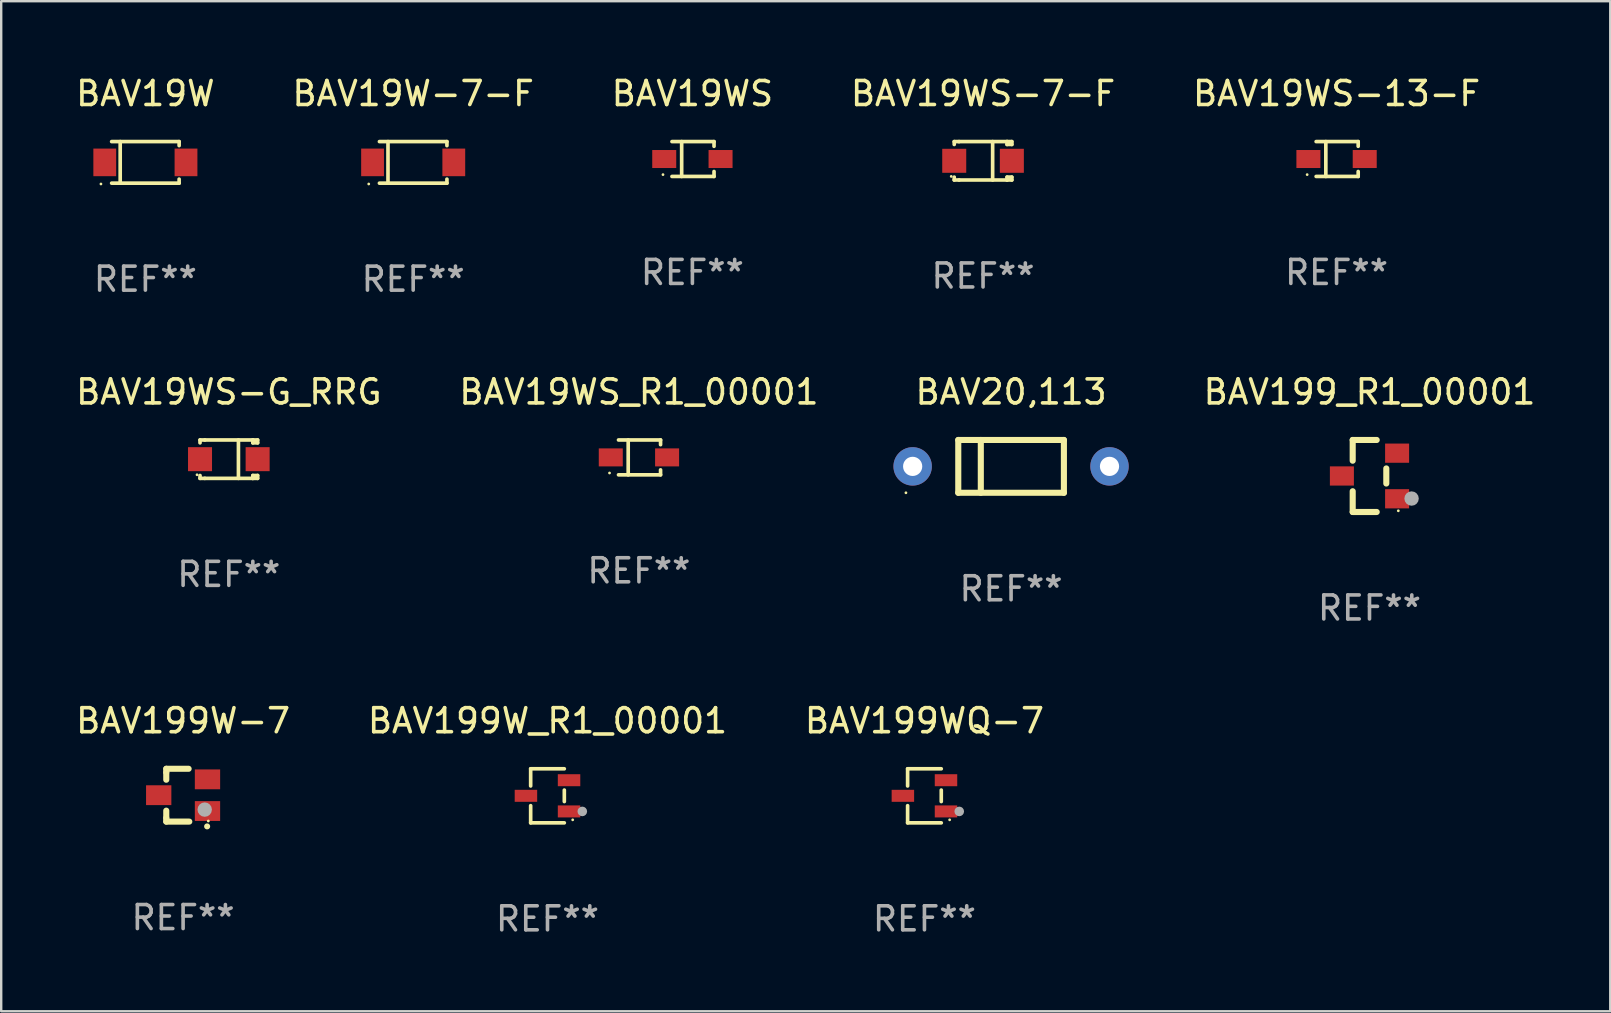
<source format=kicad_pcb>
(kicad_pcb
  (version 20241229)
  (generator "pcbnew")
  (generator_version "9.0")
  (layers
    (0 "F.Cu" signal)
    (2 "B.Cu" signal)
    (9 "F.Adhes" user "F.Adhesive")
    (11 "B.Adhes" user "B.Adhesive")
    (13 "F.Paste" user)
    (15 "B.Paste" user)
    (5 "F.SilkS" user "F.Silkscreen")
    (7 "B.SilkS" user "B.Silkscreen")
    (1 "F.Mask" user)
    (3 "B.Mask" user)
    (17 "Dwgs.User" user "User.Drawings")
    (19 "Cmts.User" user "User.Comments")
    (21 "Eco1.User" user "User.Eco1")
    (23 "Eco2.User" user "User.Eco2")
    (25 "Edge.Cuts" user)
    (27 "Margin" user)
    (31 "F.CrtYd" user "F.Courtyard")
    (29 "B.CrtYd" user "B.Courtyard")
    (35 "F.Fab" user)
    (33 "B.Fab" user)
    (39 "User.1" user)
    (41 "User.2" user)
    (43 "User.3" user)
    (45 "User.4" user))
  (footprint "BAV19W-7-F"
    (layer "F.Cu")
    (at 14.161 3.714)
    (property "Reference" "BAV19W-7-F" (at 0 -2.866 0) (layer "F.SilkS") (effects (font (size 1 1) (thickness 0.15))))
    (attr through_hole)
    (fp_line (start -1.406 -0.866) (end 1.406 -0.866) (stroke (width 0.152) (type solid)) (layer "F.SilkS"))
    (fp_line (start -1.406 0.866) (end 1.406 0.866) (stroke (width 0.152) (type solid)) (layer "F.SilkS"))
    (fp_line (start -1.049 -0.866) (end -1.049 0.866) (stroke (width 0.152) (type solid)) (layer "F.SilkS"))
    (fp_line (start 1.406 -0.866) (end 1.406 -0.698) (stroke (width 0.152) (type solid)) (layer "F.SilkS"))
    (fp_line (start 1.406 0.866) (end 1.406 0.698) (stroke (width 0.152) (type solid)) (layer "F.SilkS"))
    (fp_circle (center -1.851 0.9) (end -1.821 0.9) (stroke (width 0.06) (type solid)) (fill no) (layer "F.SilkS"))
    (fp_text user "REF**" (at 0 4.866 0) (layer "F.Fab") (effects (font (size 1 1) (thickness 0.15))))
    (pad "1" smd rect (at -1.692 0) (size 0.95 1.15) (layers "F.Cu" "F.Mask" "F.Paste"))
    (pad "2" smd rect (at 1.692 0) (size 0.95 1.15) (layers "F.Cu" "F.Mask" "F.Paste")))
  (footprint "BAV19WS_R1_00001"
    (layer "F.Cu")
    (at 23.565 16.003)
    (property "Reference" "BAV19WS_R1_00001" (at 0 -2.726 0) (layer "F.SilkS") (effects (font (size 1 1) (thickness 0.15))))
    (attr through_hole)
    (fp_line (start -0.851 -0.726) (end 0.901 -0.726) (stroke (width 0.152) (type solid)) (layer "F.SilkS"))
    (fp_line (start -0.851 0.726) (end 0.901 0.726) (stroke (width 0.152) (type solid)) (layer "F.SilkS"))
    (fp_line (start -0.447 -0.726) (end -0.447 0.726) (stroke (width 0.152) (type solid)) (layer "F.SilkS"))
    (fp_line (start 0.901 -0.726) (end 0.901 -0.53) (stroke (width 0.152) (type solid)) (layer "F.SilkS"))
    (fp_line (start 0.901 0.726) (end 0.901 0.52) (stroke (width 0.152) (type solid)) (layer "F.SilkS"))
    (fp_circle (center -1.225 0.65) (end -1.195 0.65) (stroke (width 0.06) (type solid)) (fill no) (layer "F.SilkS"))
    (fp_text user "REF**" (at 0 4.726 0) (layer "F.Fab") (effects (font (size 1 1) (thickness 0.15))))
    (pad "1" smd rect (at -1.173 0) (size 1 0.75) (layers "F.Cu" "F.Mask" "F.Paste"))
    (pad "2" smd rect (at 1.173 0) (size 1 0.75) (layers "F.Cu" "F.Mask" "F.Paste")))
  (footprint "BAV19W"
    (layer "F.Cu")
    (at 3.006 3.714)
    (property "Reference" "BAV19W" (at 0 -2.866 0) (layer "F.SilkS") (effects (font (size 1 1) (thickness 0.15))))
    (attr through_hole)
    (fp_line (start -1.406 -0.866) (end 1.406 -0.866) (stroke (width 0.152) (type solid)) (layer "F.SilkS"))
    (fp_line (start -1.406 0.866) (end 1.406 0.866) (stroke (width 0.152) (type solid)) (layer "F.SilkS"))
    (fp_line (start -1.049 -0.866) (end -1.049 0.866) (stroke (width 0.152) (type solid)) (layer "F.SilkS"))
    (fp_line (start 1.406 -0.866) (end 1.406 -0.698) (stroke (width 0.152) (type solid)) (layer "F.SilkS"))
    (fp_line (start 1.406 0.866) (end 1.406 0.698) (stroke (width 0.152) (type solid)) (layer "F.SilkS"))
    (fp_circle (center -1.851 0.9) (end -1.821 0.9) (stroke (width 0.06) (type solid)) (fill no) (layer "F.SilkS"))
    (fp_text user "REF**" (at 0 4.866 0) (layer "F.Fab") (effects (font (size 1 1) (thickness 0.15))))
    (pad "1" smd rect (at -1.692 0) (size 0.95 1.15) (layers "F.Cu" "F.Mask" "F.Paste"))
    (pad "2" smd rect (at 1.692 0) (size 0.95 1.15) (layers "F.Cu" "F.Mask" "F.Paste")))
  (footprint "BAV19WS-G_RRG"
    (layer "F.Cu")
    (at 6.482 16.077)
    (property "Reference" "BAV19WS-G_RRG" (at 0 -2.8 0) (layer "F.SilkS") (effects (font (size 1 1) (thickness 0.15))))
    (attr through_hole)
    (fp_line (start -1.2 -0.8) (end -1.2 -0.68) (stroke (width 0.152) (type solid)) (layer "F.SilkS"))
    (fp_line (start -1.2 0.68) (end -1.2 0.8) (stroke (width 0.152) (type solid)) (layer "F.SilkS"))
    (fp_line (start -1.2 0.8) (end -1 0.8) (stroke (width 0.152) (type solid)) (layer "F.SilkS"))
    (fp_line (start -1 -0.8) (end -1.2 -0.8) (stroke (width 0.152) (type solid)) (layer "F.SilkS"))
    (fp_line (start -1 -0.8) (end 1 -0.8) (stroke (width 0.152) (type solid)) (layer "F.SilkS"))
    (fp_line (start -1 0.8) (end 1 0.8) (stroke (width 0.152) (type solid)) (layer "F.SilkS"))
    (fp_line (start 0.4 -0.8) (end 0.4 0.8) (stroke (width 0.152) (type solid)) (layer "F.SilkS"))
    (fp_line (start 1 -0.8) (end 1 -0.68) (stroke (width 0.152) (type solid)) (layer "F.SilkS"))
    (fp_line (start 1 -0.8) (end 1.2 -0.8) (stroke (width 0.152) (type solid)) (layer "F.SilkS"))
    (fp_line (start 1 0.68) (end 1 0.8) (stroke (width 0.152) (type solid)) (layer "F.SilkS"))
    (fp_line (start 1 0.68) (end 1.2 0.68) (stroke (width 0.152) (type solid)) (layer "F.SilkS"))
    (fp_line (start 1.2 -0.8) (end 1.2 -0.68) (stroke (width 0.152) (type solid)) (layer "F.SilkS"))
    (fp_line (start 1.2 -0.68) (end 1 -0.68) (stroke (width 0.152) (type solid)) (layer "F.SilkS"))
    (fp_line (start 1.2 0.68) (end 1.2 0.8) (stroke (width 0.152) (type solid)) (layer "F.SilkS"))
    (fp_line (start 1.2 0.8) (end 1 0.8) (stroke (width 0.152) (type solid)) (layer "F.SilkS"))
    (fp_circle (center -1.325 0.65) (end -1.295 0.65) (stroke (width 0.06) (type solid)) (fill no) (layer "F.SilkS"))
    (fp_text user "REF**" (at 0 4.8 0) (layer "F.Fab") (effects (font (size 1 1) (thickness 0.15))))
    (pad "1" smd rect (at -1.2 0 180) (size 1 1) (layers "F.Cu" "F.Mask" "F.Paste"))
    (pad "2" smd rect (at 1.2 0 180) (size 1 1) (layers "F.Cu" "F.Mask" "F.Paste")))
  (footprint "BAV199W-7"
    (layer "F.Cu")
    (at 4.577 30.074)
    (property "Reference" "BAV199W-7" (at 0 -3.1 0) (layer "F.SilkS") (effects (font (size 1 1) (thickness 0.15))))
    (attr through_hole)
    (fp_line (start -0.701 -0.95) (end -0.701 -1.1) (stroke (width 0.254) (type solid)) (layer "F.SilkS"))
    (fp_line (start -0.701 -0.644) (end -0.701 -0.95) (stroke (width 0.254) (type solid)) (layer "F.SilkS"))
    (fp_line (start -0.701 0.95) (end -0.701 0.644) (stroke (width 0.254) (type solid)) (layer "F.SilkS"))
    (fp_line (start -0.701 0.95) (end -0.701 1.1) (stroke (width 0.254) (type solid)) (layer "F.SilkS"))
    (fp_line (start -0.7 -1.1) (end 0.23 -1.1) (stroke (width 0.254) (type solid)) (layer "F.SilkS"))
    (fp_line (start -0.7 1.1) (end 0.258 1.1) (stroke (width 0.254) (type solid)) (layer "F.SilkS"))
    (fp_arc (start 1 1.3) (mid 1.00127 1.299994) (end 1.00254 1.3) (stroke (width 0.24892) (type solid)) (layer "F.SilkS"))
    (fp_circle (center 1.05 1.075) (end 1.08 1.075) (stroke (width 0.06) (type solid)) (fill no) (layer "F.SilkS"))
    (fp_circle (center 0.9 0.6) (end 1.05 0.6) (stroke (width 0.3) (type solid)) (fill no) (layer "F.Fab"))
    (fp_text user "REF**" (at 0 5.1 0) (layer "F.Fab") (effects (font (size 1 1) (thickness 0.15))))
    (pad "1" smd rect (at 1.016 0.66) (size 1.054 0.826) (layers "F.Cu" "F.Mask" "F.Paste"))
    (pad "2" smd rect (at 1.016 -0.66) (size 1.054 0.826) (layers "F.Cu" "F.Mask" "F.Paste"))
    (pad "3" smd rect (at -1.016 0) (size 1.054 0.826) (layers "F.Cu" "F.Mask" "F.Paste")))
  (footprint "BAV19WS"
    (layer "F.Cu")
    (at 25.792 3.574)
    (property "Reference" "BAV19WS" (at 0 -2.726 0) (layer "F.SilkS") (effects (font (size 1 1) (thickness 0.15))))
    (attr through_hole)
    (fp_line (start -0.851 -0.726) (end 0.901 -0.726) (stroke (width 0.152) (type solid)) (layer "F.SilkS"))
    (fp_line (start -0.851 0.726) (end 0.901 0.726) (stroke (width 0.152) (type solid)) (layer "F.SilkS"))
    (fp_line (start -0.447 -0.726) (end -0.447 0.726) (stroke (width 0.152) (type solid)) (layer "F.SilkS"))
    (fp_line (start 0.901 -0.726) (end 0.901 -0.53) (stroke (width 0.152) (type solid)) (layer "F.SilkS"))
    (fp_line (start 0.901 0.726) (end 0.901 0.52) (stroke (width 0.152) (type solid)) (layer "F.SilkS"))
    (fp_circle (center -1.225 0.65) (end -1.195 0.65) (stroke (width 0.06) (type solid)) (fill no) (layer "F.SilkS"))
    (fp_text user "REF**" (at 0 4.726 0) (layer "F.Fab") (effects (font (size 1 1) (thickness 0.15))))
    (pad "1" smd rect (at -1.173 0) (size 1 0.75) (layers "F.Cu" "F.Mask" "F.Paste"))
    (pad "2" smd rect (at 1.173 0) (size 1 0.75) (layers "F.Cu" "F.Mask" "F.Paste")))
  (footprint "BAV199_R1_00001"
    (layer "F.Cu")
    (at 53.997 16.777)
    (property "Reference" "BAV199_R1_00001" (at 0 -3.5 0) (layer "F.SilkS") (effects (font (size 1 1) (thickness 0.15))))
    (attr through_hole)
    (fp_line (start -0.7 -1.5) (end 0.3 -1.5) (stroke (width 0.254) (type solid)) (layer "F.SilkS"))
    (fp_line (start -0.7 -0.636) (end -0.7 -1.5) (stroke (width 0.254) (type solid)) (layer "F.SilkS"))
    (fp_line (start -0.7 1.5) (end -0.7 0.636) (stroke (width 0.254) (type solid)) (layer "F.SilkS"))
    (fp_line (start -0.7 1.5) (end 0.3 1.5) (stroke (width 0.254) (type solid)) (layer "F.SilkS"))
    (fp_line (start 0.7 0.314) (end 0.7 -0.314) (stroke (width 0.254) (type solid)) (layer "F.SilkS"))
    (fp_circle (center 1.2 1.45) (end 1.23 1.45) (stroke (width 0.06) (type solid)) (fill no) (layer "F.SilkS"))
    (fp_circle (center 1.753 0.94) (end 1.903 0.94) (stroke (width 0.3) (type solid)) (fill no) (layer "F.Fab"))
    (fp_text user "REF**" (at 0 5.5 0) (layer "F.Fab") (effects (font (size 1 1) (thickness 0.15))))
    (pad "1" smd rect (at 1.15 0.95 180) (size 1 0.8) (layers "F.Cu" "F.Mask" "F.Paste"))
    (pad "2" smd rect (at 1.15 -0.95 180) (size 1 0.8) (layers "F.Cu" "F.Mask" "F.Paste"))
    (pad "3" smd rect (at -1.15 -0.000051 180) (size 1 0.8) (layers "F.Cu" "F.Mask" "F.Paste")))
  (footprint "BAV199WQ-7"
    (layer "F.Cu")
    (at 35.458 30.1)
    (property "Reference" "BAV199WQ-7" (at 0 -3.126 0) (layer "F.SilkS") (effects (font (size 1 1) (thickness 0.15))))
    (attr through_hole)
    (fp_line (start -0.701 -1.126) (end -0.701 -0.411) (stroke (width 0.152) (type solid)) (layer "F.SilkS"))
    (fp_line (start -0.701 1.126) (end -0.701 0.411) (stroke (width 0.152) (type solid)) (layer "F.SilkS"))
    (fp_line (start 0.701 -1.126) (end -0.701 -1.126) (stroke (width 0.152) (type solid)) (layer "F.SilkS"))
    (fp_line (start 0.701 -0.239) (end 0.701 0.239) (stroke (width 0.152) (type solid)) (layer "F.SilkS"))
    (fp_line (start 0.701 1.126) (end -0.701 1.126) (stroke (width 0.152) (type solid)) (layer "F.SilkS"))
    (fp_circle (center 1.05 1) (end 1.08 1) (stroke (width 0.06) (type solid)) (fill no) (layer "F.SilkS"))
    (fp_circle (center 1.45 0.65) (end 1.55 0.65) (stroke (width 0.2) (type solid)) (fill no) (layer "F.Fab"))
    (fp_text user "REF**" (at 0 5.126 0) (layer "F.Fab") (effects (font (size 1 1) (thickness 0.15))))
    (pad "1" smd rect (at 0.898 0.65) (size 0.936 0.5) (layers "F.Cu" "F.Mask" "F.Paste"))
    (pad "2" smd rect (at 0.898 -0.65) (size 0.936 0.5) (layers "F.Cu" "F.Mask" "F.Paste"))
    (pad "3" smd rect (at -0.898 0) (size 0.936 0.5) (layers "F.Cu" "F.Mask" "F.Paste")))
  (footprint "BAV199W_R1_00001"
    (layer "F.Cu")
    (at 19.756 30.1)
    (property "Reference" "BAV199W_R1_00001" (at 0 -3.126 0) (layer "F.SilkS") (effects (font (size 1 1) (thickness 0.15))))
    (attr through_hole)
    (fp_line (start -0.701 -1.126) (end -0.701 -0.411) (stroke (width 0.152) (type solid)) (layer "F.SilkS"))
    (fp_line (start -0.701 1.126) (end -0.701 0.411) (stroke (width 0.152) (type solid)) (layer "F.SilkS"))
    (fp_line (start 0.701 -1.126) (end -0.701 -1.126) (stroke (width 0.152) (type solid)) (layer "F.SilkS"))
    (fp_line (start 0.701 -0.239) (end 0.701 0.239) (stroke (width 0.152) (type solid)) (layer "F.SilkS"))
    (fp_line (start 0.701 1.126) (end -0.701 1.126) (stroke (width 0.152) (type solid)) (layer "F.SilkS"))
    (fp_circle (center 1.05 1) (end 1.08 1) (stroke (width 0.06) (type solid)) (fill no) (layer "F.SilkS"))
    (fp_circle (center 1.45 0.65) (end 1.55 0.65) (stroke (width 0.2) (type solid)) (fill no) (layer "F.Fab"))
    (fp_text user "REF**" (at 0 5.126 0) (layer "F.Fab") (effects (font (size 1 1) (thickness 0.15))))
    (pad "1" smd rect (at 0.898 0.65) (size 0.936 0.5) (layers "F.Cu" "F.Mask" "F.Paste"))
    (pad "2" smd rect (at 0.898 -0.65) (size 0.936 0.5) (layers "F.Cu" "F.Mask" "F.Paste"))
    (pad "3" smd rect (at -0.898 0) (size 0.936 0.5) (layers "F.Cu" "F.Mask" "F.Paste")))
  (footprint "BAV19WS-7-F"
    (layer "F.Cu")
    (at 37.899 3.648)
    (property "Reference" "BAV19WS-7-F" (at 0 -2.8 0) (layer "F.SilkS") (effects (font (size 1 1) (thickness 0.15))))
    (attr through_hole)
    (fp_line (start -1.2 -0.8) (end -1.2 -0.68) (stroke (width 0.152) (type solid)) (layer "F.SilkS"))
    (fp_line (start -1.2 0.68) (end -1.2 0.8) (stroke (width 0.152) (type solid)) (layer "F.SilkS"))
    (fp_line (start -1.2 0.8) (end -1 0.8) (stroke (width 0.152) (type solid)) (layer "F.SilkS"))
    (fp_line (start -1 -0.8) (end -1.2 -0.8) (stroke (width 0.152) (type solid)) (layer "F.SilkS"))
    (fp_line (start -1 -0.8) (end 1 -0.8) (stroke (width 0.152) (type solid)) (layer "F.SilkS"))
    (fp_line (start -1 0.8) (end 1 0.8) (stroke (width 0.152) (type solid)) (layer "F.SilkS"))
    (fp_line (start 0.4 -0.8) (end 0.4 0.8) (stroke (width 0.152) (type solid)) (layer "F.SilkS"))
    (fp_line (start 1 -0.8) (end 1 -0.68) (stroke (width 0.152) (type solid)) (layer "F.SilkS"))
    (fp_line (start 1 -0.8) (end 1.2 -0.8) (stroke (width 0.152) (type solid)) (layer "F.SilkS"))
    (fp_line (start 1 0.68) (end 1 0.8) (stroke (width 0.152) (type solid)) (layer "F.SilkS"))
    (fp_line (start 1 0.68) (end 1.2 0.68) (stroke (width 0.152) (type solid)) (layer "F.SilkS"))
    (fp_line (start 1.2 -0.8) (end 1.2 -0.68) (stroke (width 0.152) (type solid)) (layer "F.SilkS"))
    (fp_line (start 1.2 -0.68) (end 1 -0.68) (stroke (width 0.152) (type solid)) (layer "F.SilkS"))
    (fp_line (start 1.2 0.68) (end 1.2 0.8) (stroke (width 0.152) (type solid)) (layer "F.SilkS"))
    (fp_line (start 1.2 0.8) (end 1 0.8) (stroke (width 0.152) (type solid)) (layer "F.SilkS"))
    (fp_circle (center -1.325 0.65) (end -1.295 0.65) (stroke (width 0.06) (type solid)) (fill no) (layer "F.SilkS"))
    (fp_text user "REF**" (at 0 4.8 0) (layer "F.Fab") (effects (font (size 1 1) (thickness 0.15))))
    (pad "1" smd rect (at -1.2 0 180) (size 1 1) (layers "F.Cu" "F.Mask" "F.Paste"))
    (pad "2" smd rect (at 1.2 0 180) (size 1 1) (layers "F.Cu" "F.Mask" "F.Paste")))
  (footprint "BAV19WS-13-F"
    (layer "F.Cu")
    (at 52.625 3.574)
    (property "Reference" "BAV19WS-13-F" (at 0 -2.726 0) (layer "F.SilkS") (effects (font (size 1 1) (thickness 0.15))))
    (attr through_hole)
    (fp_line (start -0.851 -0.726) (end 0.901 -0.726) (stroke (width 0.152) (type solid)) (layer "F.SilkS"))
    (fp_line (start -0.851 0.726) (end 0.901 0.726) (stroke (width 0.152) (type solid)) (layer "F.SilkS"))
    (fp_line (start -0.447 -0.726) (end -0.447 0.726) (stroke (width 0.152) (type solid)) (layer "F.SilkS"))
    (fp_line (start 0.901 -0.726) (end 0.901 -0.53) (stroke (width 0.152) (type solid)) (layer "F.SilkS"))
    (fp_line (start 0.901 0.726) (end 0.901 0.52) (stroke (width 0.152) (type solid)) (layer "F.SilkS"))
    (fp_circle (center -1.225 0.65) (end -1.195 0.65) (stroke (width 0.06) (type solid)) (fill no) (layer "F.SilkS"))
    (fp_text user "REF**" (at 0 4.726 0) (layer "F.Fab") (effects (font (size 1 1) (thickness 0.15))))
    (pad "1" smd rect (at -1.173 0) (size 1 0.75) (layers "F.Cu" "F.Mask" "F.Paste"))
    (pad "2" smd rect (at 1.173 0) (size 1 0.75) (layers "F.Cu" "F.Mask" "F.Paste")))
  (footprint "BAV20,113"
    (layer "F.Cu")
    (at 39.067 16.377)
    (property "Reference" "BAV20,113" (at 0 -3.1 0) (layer "F.SilkS") (effects (font (size 1 1) (thickness 0.15))))
    (attr through_hole)
    (fp_line (start -2.2 -1.1) (end -2.2 1.1) (stroke (width 0.254) (type solid)) (layer "F.SilkS"))
    (fp_line (start -2.2 -1.1) (end 2.2 -1.1) (stroke (width 0.254) (type solid)) (layer "F.SilkS"))
    (fp_line (start -2.2 1.1) (end 2.2 1.1) (stroke (width 0.254) (type solid)) (layer "F.SilkS"))
    (fp_line (start -1.261 -1.1) (end -1.261 1.1) (stroke (width 0.254) (type solid)) (layer "F.SilkS"))
    (fp_line (start 2.2 -1.1) (end 2.2 1.1) (stroke (width 0.254) (type solid)) (layer "F.SilkS"))
    (fp_circle (center -4.38 1.1) (end -4.35 1.1) (stroke (width 0.06) (type solid)) (fill no) (layer "F.SilkS"))
    (fp_text user "REF**" (at 0 5.1 0) (layer "F.Fab") (effects (font (size 1 1) (thickness 0.15))))
    (pad "1" thru_hole circle (at -4.1 0) (size 1.6 1.6) (drill 0.8) (layers "*.Cu" "*.Mask"))
    (pad "2" thru_hole circle (at 4.1 0) (size 1.6 1.6) (drill 0.8) (layers "*.Cu" "*.Mask")))
  (gr_rect
    (start -3 -3)
    (end 64.026 39.074)
    (stroke (width 0.1) (type default))
    (fill no)
    (layer "Edge.Cuts")))
</source>
